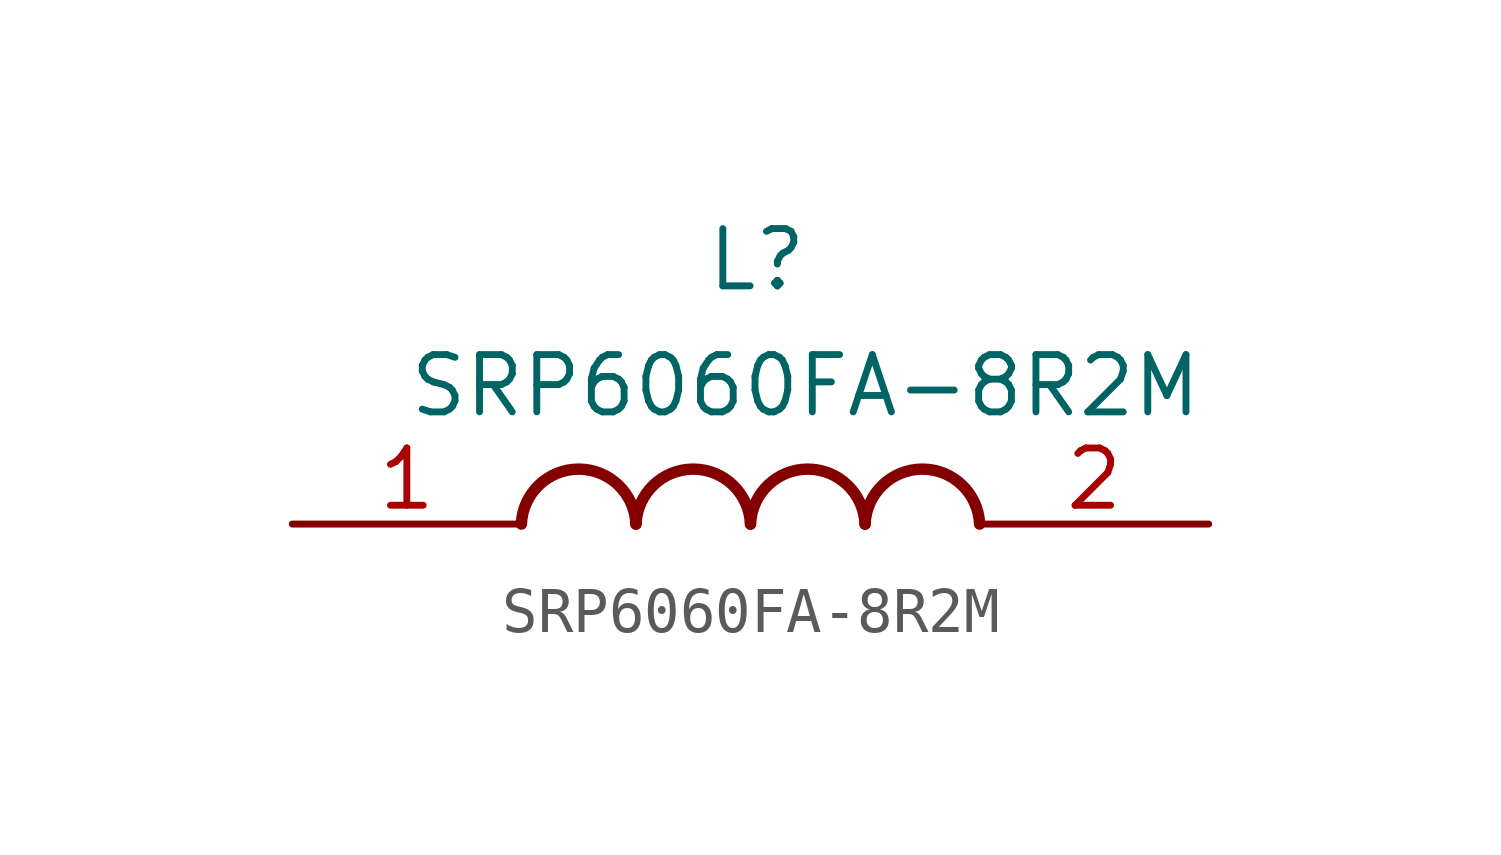
<source format=kicad_sym>
(kicad_symbol_lib
  (version 20231120)
  (generator "kicad_symbol_editor")
  (generator_version "8.0")
  (symbol "SRP6060FA-8R2M"
    (pin_names hide)
    (property "Reference" "L"
      (at -1.016 6.604 0)
      (effects (font (size 1.27 1.27)) (justify left top)))
    (property "Value" "SRP6060FA-8R2M"
      (at -7.62 3.81 0)
      (effects (font (size 1.27 1.27)) (justify left top)))
    (symbol "SRP6060FA-8R2M_1_1"
      (arc (start -2.54 0) (mid -3.81 1.219) (end -5.08 0) (stroke (width 0.254) (type default)) (fill (type none)))
      (arc (start 0 0) (mid -1.27 1.219) (end -2.54 0) (stroke (width 0.254) (type default)) (fill (type none)))
      (arc (start 2.54 0) (mid 1.27 1.219) (end 0 0) (stroke (width 0.254) (type default)) (fill (type none)))
      (arc (start 5.08 0) (mid 3.81 1.219) (end 2.54 0) (stroke (width 0.254) (type default)) (fill (type none)))
      (pin passive line (at -10.16 0 0) (length 5.08) (name "1" (effects (font (size 1.27 1.27)))) (number "1" (effects (font (size 1.27 1.27)))))
      (pin passive line (at 10.16 0 180) (length 5.08) (name "2" (effects (font (size 1.27 1.27)))) (number "2" (effects (font (size 1.27 1.27))))))))
</source>
